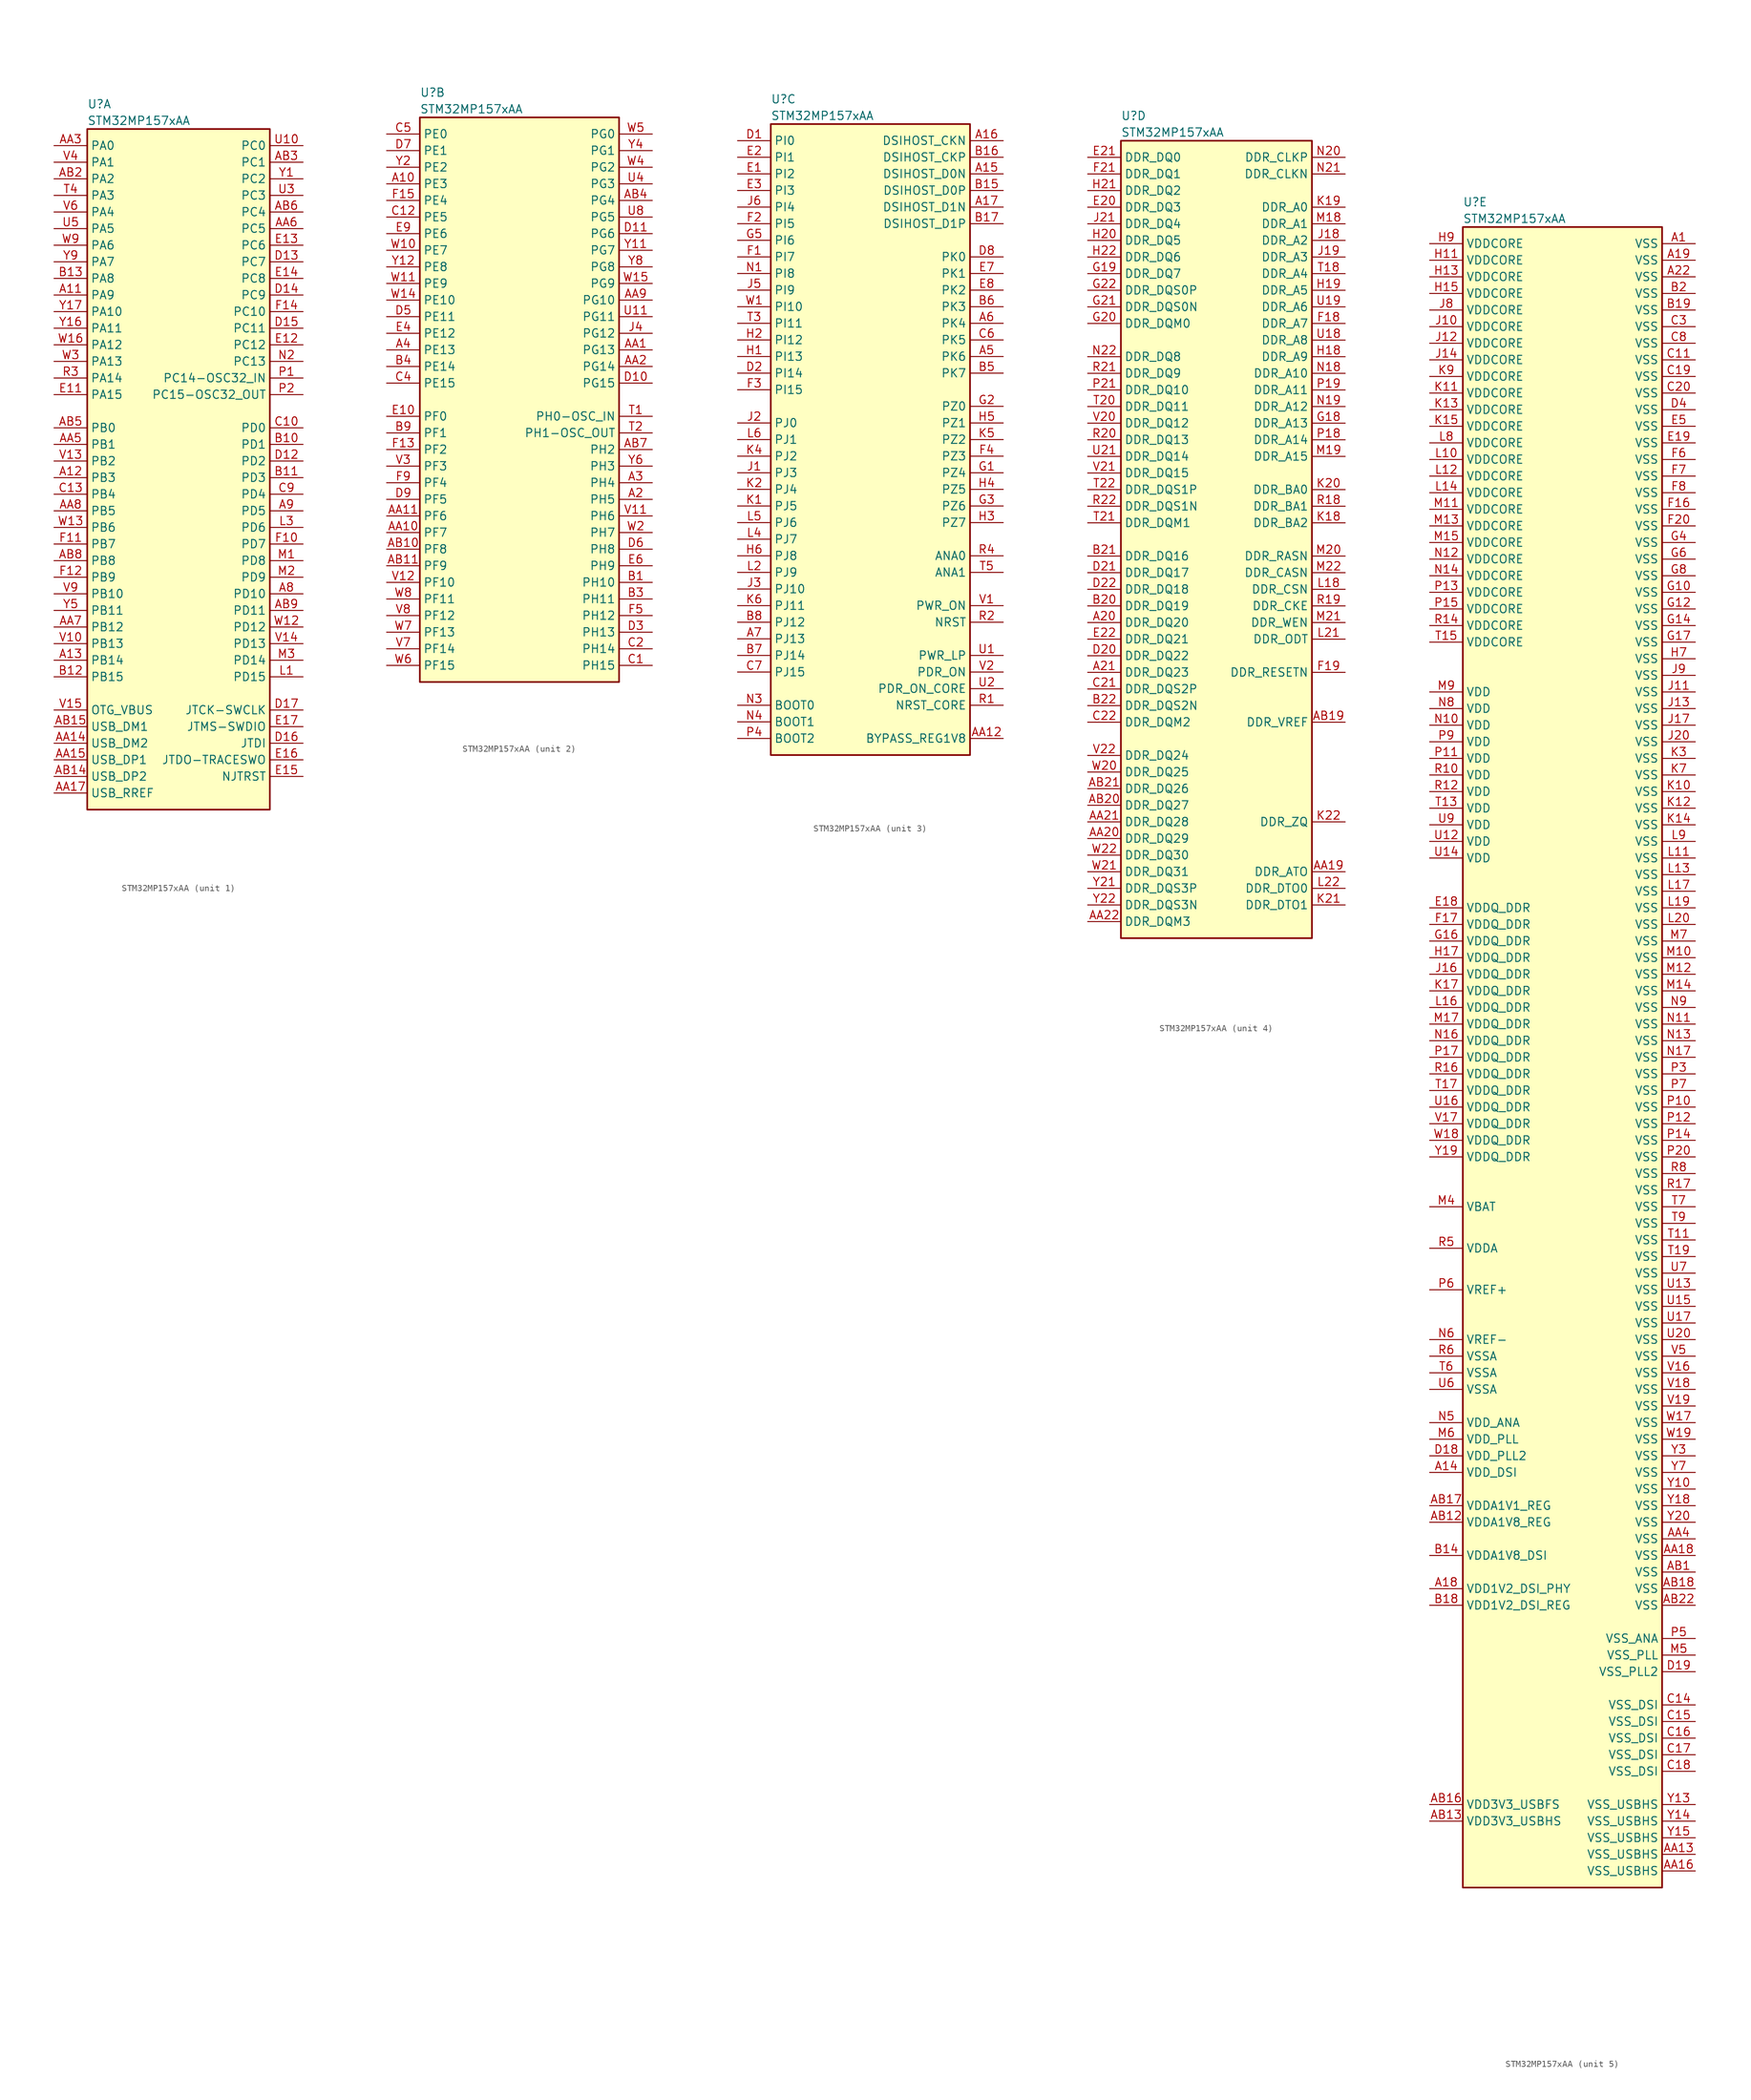
<source format=kicad_sym>
(kicad_symbol_lib
  (version 20211014)
  (generator kicad_symbol_editor)
  (symbol "STM32MP157xAA"
    (property "Reference" "U"
      (at -15.24 46.99 0)
      (effects (font (size 1.27 1.27)) (justify left)))
    (property "Value" "STM32MP157xAA"
      (at -15.24 44.45 0)
      (effects (font (size 1.27 1.27)) (justify left)))
    (property "ki_locked" ""
      (at 0 0 0)
      (effects (font (size 1.27 1.27))))
    (symbol "STM32MP157xAA_1_1"
      (rectangle (start -15.24 43.18) (end 12.7 -60.96) (stroke (width 0.254) (type default) (color 0 0 0 0)) (fill (type background)))
      (pin bidirectional line (at -20.32 17.78 0) (length 5.08) (name "PA9" (effects (font (size 1.27 1.27)))) (number "A11" (effects (font (size 1.27 1.27)))))
      (pin bidirectional line (at -20.32 -10.16 0) (length 5.08) (name "PB3" (effects (font (size 1.27 1.27)))) (number "A12" (effects (font (size 1.27 1.27)))))
      (pin bidirectional line (at -20.32 -38.1 0) (length 5.08) (name "PB14" (effects (font (size 1.27 1.27)))) (number "A13" (effects (font (size 1.27 1.27)))))
      (pin bidirectional line (at 17.78 -27.94 180) (length 5.08) (name "PD10" (effects (font (size 1.27 1.27)))) (number "A8" (effects (font (size 1.27 1.27)))))
      (pin bidirectional line (at 17.78 -15.24 180) (length 5.08) (name "PD5" (effects (font (size 1.27 1.27)))) (number "A9" (effects (font (size 1.27 1.27)))))
      (pin bidirectional line (at -20.32 -50.8 0) (length 5.08) (name "USB_DM2" (effects (font (size 1.27 1.27)))) (number "AA14" (effects (font (size 1.27 1.27)))))
      (pin bidirectional line (at -20.32 -53.34 0) (length 5.08) (name "USB_DP1" (effects (font (size 1.27 1.27)))) (number "AA15" (effects (font (size 1.27 1.27)))))
      (pin bidirectional line (at -20.32 -58.42 0) (length 5.08) (name "USB_RREF" (effects (font (size 1.27 1.27)))) (number "AA17" (effects (font (size 1.27 1.27)))))
      (pin bidirectional line (at -20.32 40.64 0) (length 5.08) (name "PA0" (effects (font (size 1.27 1.27)))) (number "AA3" (effects (font (size 1.27 1.27)))))
      (pin bidirectional line (at -20.32 -5.08 0) (length 5.08) (name "PB1" (effects (font (size 1.27 1.27)))) (number "AA5" (effects (font (size 1.27 1.27)))))
      (pin bidirectional line (at 17.78 27.94 180) (length 5.08) (name "PC5" (effects (font (size 1.27 1.27)))) (number "AA6" (effects (font (size 1.27 1.27)))))
      (pin bidirectional line (at -20.32 -33.02 0) (length 5.08) (name "PB12" (effects (font (size 1.27 1.27)))) (number "AA7" (effects (font (size 1.27 1.27)))))
      (pin bidirectional line (at -20.32 -15.24 0) (length 5.08) (name "PB5" (effects (font (size 1.27 1.27)))) (number "AA8" (effects (font (size 1.27 1.27)))))
      (pin bidirectional line (at -20.32 -55.88 0) (length 5.08) (name "USB_DP2" (effects (font (size 1.27 1.27)))) (number "AB14" (effects (font (size 1.27 1.27)))))
      (pin bidirectional line (at -20.32 -48.26 0) (length 5.08) (name "USB_DM1" (effects (font (size 1.27 1.27)))) (number "AB15" (effects (font (size 1.27 1.27)))))
      (pin bidirectional line (at -20.32 35.56 0) (length 5.08) (name "PA2" (effects (font (size 1.27 1.27)))) (number "AB2" (effects (font (size 1.27 1.27)))))
      (pin bidirectional line (at 17.78 38.1 180) (length 5.08) (name "PC1" (effects (font (size 1.27 1.27)))) (number "AB3" (effects (font (size 1.27 1.27)))))
      (pin bidirectional line (at -20.32 -2.54 0) (length 5.08) (name "PB0" (effects (font (size 1.27 1.27)))) (number "AB5" (effects (font (size 1.27 1.27)))))
      (pin bidirectional line (at 17.78 30.48 180) (length 5.08) (name "PC4" (effects (font (size 1.27 1.27)))) (number "AB6" (effects (font (size 1.27 1.27)))))
      (pin bidirectional line (at -20.32 -22.86 0) (length 5.08) (name "PB8" (effects (font (size 1.27 1.27)))) (number "AB8" (effects (font (size 1.27 1.27)))))
      (pin bidirectional line (at 17.78 -30.48 180) (length 5.08) (name "PD11" (effects (font (size 1.27 1.27)))) (number "AB9" (effects (font (size 1.27 1.27)))))
      (pin bidirectional line (at 17.78 -5.08 180) (length 5.08) (name "PD1" (effects (font (size 1.27 1.27)))) (number "B10" (effects (font (size 1.27 1.27)))))
      (pin bidirectional line (at 17.78 -10.16 180) (length 5.08) (name "PD3" (effects (font (size 1.27 1.27)))) (number "B11" (effects (font (size 1.27 1.27)))))
      (pin bidirectional line (at -20.32 -40.64 0) (length 5.08) (name "PB15" (effects (font (size 1.27 1.27)))) (number "B12" (effects (font (size 1.27 1.27)))))
      (pin bidirectional line (at -20.32 20.32 0) (length 5.08) (name "PA8" (effects (font (size 1.27 1.27)))) (number "B13" (effects (font (size 1.27 1.27)))))
      (pin bidirectional line (at 17.78 -2.54 180) (length 5.08) (name "PD0" (effects (font (size 1.27 1.27)))) (number "C10" (effects (font (size 1.27 1.27)))))
      (pin bidirectional line (at -20.32 -12.7 0) (length 5.08) (name "PB4" (effects (font (size 1.27 1.27)))) (number "C13" (effects (font (size 1.27 1.27)))))
      (pin bidirectional line (at 17.78 -12.7 180) (length 5.08) (name "PD4" (effects (font (size 1.27 1.27)))) (number "C9" (effects (font (size 1.27 1.27)))))
      (pin bidirectional line (at 17.78 -7.62 180) (length 5.08) (name "PD2" (effects (font (size 1.27 1.27)))) (number "D12" (effects (font (size 1.27 1.27)))))
      (pin bidirectional line (at 17.78 22.86 180) (length 5.08) (name "PC7" (effects (font (size 1.27 1.27)))) (number "D13" (effects (font (size 1.27 1.27)))))
      (pin bidirectional line (at 17.78 17.78 180) (length 5.08) (name "PC9" (effects (font (size 1.27 1.27)))) (number "D14" (effects (font (size 1.27 1.27)))))
      (pin bidirectional line (at 17.78 12.7 180) (length 5.08) (name "PC11" (effects (font (size 1.27 1.27)))) (number "D15" (effects (font (size 1.27 1.27)))))
      (pin bidirectional line (at 17.78 -50.8 180) (length 5.08) (name "JTDI" (effects (font (size 1.27 1.27)))) (number "D16" (effects (font (size 1.27 1.27)))))
      (pin bidirectional line (at 17.78 -45.72 180) (length 5.08) (name "JTCK-SWCLK" (effects (font (size 1.27 1.27)))) (number "D17" (effects (font (size 1.27 1.27)))))
      (pin bidirectional line (at -20.32 2.54 0) (length 5.08) (name "PA15" (effects (font (size 1.27 1.27)))) (number "E11" (effects (font (size 1.27 1.27)))))
      (pin bidirectional line (at 17.78 10.16 180) (length 5.08) (name "PC12" (effects (font (size 1.27 1.27)))) (number "E12" (effects (font (size 1.27 1.27)))))
      (pin bidirectional line (at 17.78 25.4 180) (length 5.08) (name "PC6" (effects (font (size 1.27 1.27)))) (number "E13" (effects (font (size 1.27 1.27)))))
      (pin bidirectional line (at 17.78 20.32 180) (length 5.08) (name "PC8" (effects (font (size 1.27 1.27)))) (number "E14" (effects (font (size 1.27 1.27)))))
      (pin bidirectional line (at 17.78 -55.88 180) (length 5.08) (name "NJTRST" (effects (font (size 1.27 1.27)))) (number "E15" (effects (font (size 1.27 1.27)))))
      (pin bidirectional line (at 17.78 -53.34 180) (length 5.08) (name "JTDO-TRACESWO" (effects (font (size 1.27 1.27)))) (number "E16" (effects (font (size 1.27 1.27)))))
      (pin bidirectional line (at 17.78 -48.26 180) (length 5.08) (name "JTMS-SWDIO" (effects (font (size 1.27 1.27)))) (number "E17" (effects (font (size 1.27 1.27)))))
      (pin bidirectional line (at 17.78 -20.32 180) (length 5.08) (name "PD7" (effects (font (size 1.27 1.27)))) (number "F10" (effects (font (size 1.27 1.27)))))
      (pin bidirectional line (at -20.32 -20.32 0) (length 5.08) (name "PB7" (effects (font (size 1.27 1.27)))) (number "F11" (effects (font (size 1.27 1.27)))))
      (pin bidirectional line (at -20.32 -25.4 0) (length 5.08) (name "PB9" (effects (font (size 1.27 1.27)))) (number "F12" (effects (font (size 1.27 1.27)))))
      (pin bidirectional line (at 17.78 15.24 180) (length 5.08) (name "PC10" (effects (font (size 1.27 1.27)))) (number "F14" (effects (font (size 1.27 1.27)))))
      (pin bidirectional line (at 17.78 -40.64 180) (length 5.08) (name "PD15" (effects (font (size 1.27 1.27)))) (number "L1" (effects (font (size 1.27 1.27)))))
      (pin bidirectional line (at 17.78 -17.78 180) (length 5.08) (name "PD6" (effects (font (size 1.27 1.27)))) (number "L3" (effects (font (size 1.27 1.27)))))
      (pin bidirectional line (at 17.78 -22.86 180) (length 5.08) (name "PD8" (effects (font (size 1.27 1.27)))) (number "M1" (effects (font (size 1.27 1.27)))))
      (pin bidirectional line (at 17.78 -25.4 180) (length 5.08) (name "PD9" (effects (font (size 1.27 1.27)))) (number "M2" (effects (font (size 1.27 1.27)))))
      (pin bidirectional line (at 17.78 -38.1 180) (length 5.08) (name "PD14" (effects (font (size 1.27 1.27)))) (number "M3" (effects (font (size 1.27 1.27)))))
      (pin bidirectional line (at 17.78 7.62 180) (length 5.08) (name "PC13" (effects (font (size 1.27 1.27)))) (number "N2" (effects (font (size 1.27 1.27)))))
      (pin bidirectional line (at 17.78 5.08 180) (length 5.08) (name "PC14-OSC32_IN" (effects (font (size 1.27 1.27)))) (number "P1" (effects (font (size 1.27 1.27)))))
      (pin bidirectional line (at 17.78 2.54 180) (length 5.08) (name "PC15-OSC32_OUT" (effects (font (size 1.27 1.27)))) (number "P2" (effects (font (size 1.27 1.27)))))
      (pin bidirectional line (at -20.32 5.08 0) (length 5.08) (name "PA14" (effects (font (size 1.27 1.27)))) (number "R3" (effects (font (size 1.27 1.27)))))
      (pin bidirectional line (at -20.32 33.02 0) (length 5.08) (name "PA3" (effects (font (size 1.27 1.27)))) (number "T4" (effects (font (size 1.27 1.27)))))
      (pin bidirectional line (at 17.78 40.64 180) (length 5.08) (name "PC0" (effects (font (size 1.27 1.27)))) (number "U10" (effects (font (size 1.27 1.27)))))
      (pin bidirectional line (at 17.78 33.02 180) (length 5.08) (name "PC3" (effects (font (size 1.27 1.27)))) (number "U3" (effects (font (size 1.27 1.27)))))
      (pin bidirectional line (at -20.32 27.94 0) (length 5.08) (name "PA5" (effects (font (size 1.27 1.27)))) (number "U5" (effects (font (size 1.27 1.27)))))
      (pin bidirectional line (at -20.32 -35.56 0) (length 5.08) (name "PB13" (effects (font (size 1.27 1.27)))) (number "V10" (effects (font (size 1.27 1.27)))))
      (pin bidirectional line (at -20.32 -7.62 0) (length 5.08) (name "PB2" (effects (font (size 1.27 1.27)))) (number "V13" (effects (font (size 1.27 1.27)))))
      (pin bidirectional line (at 17.78 -35.56 180) (length 5.08) (name "PD13" (effects (font (size 1.27 1.27)))) (number "V14" (effects (font (size 1.27 1.27)))))
      (pin bidirectional line (at -20.32 -45.72 0) (length 5.08) (name "OTG_VBUS" (effects (font (size 1.27 1.27)))) (number "V15" (effects (font (size 1.27 1.27)))))
      (pin bidirectional line (at -20.32 38.1 0) (length 5.08) (name "PA1" (effects (font (size 1.27 1.27)))) (number "V4" (effects (font (size 1.27 1.27)))))
      (pin bidirectional line (at -20.32 30.48 0) (length 5.08) (name "PA4" (effects (font (size 1.27 1.27)))) (number "V6" (effects (font (size 1.27 1.27)))))
      (pin bidirectional line (at -20.32 -27.94 0) (length 5.08) (name "PB10" (effects (font (size 1.27 1.27)))) (number "V9" (effects (font (size 1.27 1.27)))))
      (pin bidirectional line (at 17.78 -33.02 180) (length 5.08) (name "PD12" (effects (font (size 1.27 1.27)))) (number "W12" (effects (font (size 1.27 1.27)))))
      (pin bidirectional line (at -20.32 -17.78 0) (length 5.08) (name "PB6" (effects (font (size 1.27 1.27)))) (number "W13" (effects (font (size 1.27 1.27)))))
      (pin bidirectional line (at -20.32 10.16 0) (length 5.08) (name "PA12" (effects (font (size 1.27 1.27)))) (number "W16" (effects (font (size 1.27 1.27)))))
      (pin bidirectional line (at -20.32 7.62 0) (length 5.08) (name "PA13" (effects (font (size 1.27 1.27)))) (number "W3" (effects (font (size 1.27 1.27)))))
      (pin bidirectional line (at -20.32 25.4 0) (length 5.08) (name "PA6" (effects (font (size 1.27 1.27)))) (number "W9" (effects (font (size 1.27 1.27)))))
      (pin bidirectional line (at 17.78 35.56 180) (length 5.08) (name "PC2" (effects (font (size 1.27 1.27)))) (number "Y1" (effects (font (size 1.27 1.27)))))
      (pin bidirectional line (at -20.32 12.7 0) (length 5.08) (name "PA11" (effects (font (size 1.27 1.27)))) (number "Y16" (effects (font (size 1.27 1.27)))))
      (pin bidirectional line (at -20.32 15.24 0) (length 5.08) (name "PA10" (effects (font (size 1.27 1.27)))) (number "Y17" (effects (font (size 1.27 1.27)))))
      (pin bidirectional line (at -20.32 -30.48 0) (length 5.08) (name "PB11" (effects (font (size 1.27 1.27)))) (number "Y5" (effects (font (size 1.27 1.27)))))
      (pin bidirectional line (at -20.32 22.86 0) (length 5.08) (name "PA7" (effects (font (size 1.27 1.27)))) (number "Y9" (effects (font (size 1.27 1.27))))))
    (symbol "STM32MP157xAA_2_1"
      (rectangle (start -15.24 43.18) (end 15.24 -43.18) (stroke (width 0.254) (type default) (color 0 0 0 0)) (fill (type background)))
      (pin bidirectional line (at -20.32 33.02 0) (length 5.08) (name "PE3" (effects (font (size 1.27 1.27)))) (number "A10" (effects (font (size 1.27 1.27)))))
      (pin bidirectional line (at 20.32 -15.24 180) (length 5.08) (name "PH5" (effects (font (size 1.27 1.27)))) (number "A2" (effects (font (size 1.27 1.27)))))
      (pin bidirectional line (at 20.32 -12.7 180) (length 5.08) (name "PH4" (effects (font (size 1.27 1.27)))) (number "A3" (effects (font (size 1.27 1.27)))))
      (pin bidirectional line (at -20.32 7.62 0) (length 5.08) (name "PE13" (effects (font (size 1.27 1.27)))) (number "A4" (effects (font (size 1.27 1.27)))))
      (pin bidirectional line (at 20.32 7.62 180) (length 5.08) (name "PG13" (effects (font (size 1.27 1.27)))) (number "AA1" (effects (font (size 1.27 1.27)))))
      (pin bidirectional line (at -20.32 -20.32 0) (length 5.08) (name "PF7" (effects (font (size 1.27 1.27)))) (number "AA10" (effects (font (size 1.27 1.27)))))
      (pin bidirectional line (at -20.32 -17.78 0) (length 5.08) (name "PF6" (effects (font (size 1.27 1.27)))) (number "AA11" (effects (font (size 1.27 1.27)))))
      (pin bidirectional line (at 20.32 5.08 180) (length 5.08) (name "PG14" (effects (font (size 1.27 1.27)))) (number "AA2" (effects (font (size 1.27 1.27)))))
      (pin bidirectional line (at 20.32 15.24 180) (length 5.08) (name "PG10" (effects (font (size 1.27 1.27)))) (number "AA9" (effects (font (size 1.27 1.27)))))
      (pin bidirectional line (at -20.32 -22.86 0) (length 5.08) (name "PF8" (effects (font (size 1.27 1.27)))) (number "AB10" (effects (font (size 1.27 1.27)))))
      (pin bidirectional line (at -20.32 -25.4 0) (length 5.08) (name "PF9" (effects (font (size 1.27 1.27)))) (number "AB11" (effects (font (size 1.27 1.27)))))
      (pin bidirectional line (at 20.32 30.48 180) (length 5.08) (name "PG4" (effects (font (size 1.27 1.27)))) (number "AB4" (effects (font (size 1.27 1.27)))))
      (pin bidirectional line (at 20.32 -7.62 180) (length 5.08) (name "PH2" (effects (font (size 1.27 1.27)))) (number "AB7" (effects (font (size 1.27 1.27)))))
      (pin bidirectional line (at 20.32 -27.94 180) (length 5.08) (name "PH10" (effects (font (size 1.27 1.27)))) (number "B1" (effects (font (size 1.27 1.27)))))
      (pin bidirectional line (at 20.32 -30.48 180) (length 5.08) (name "PH11" (effects (font (size 1.27 1.27)))) (number "B3" (effects (font (size 1.27 1.27)))))
      (pin bidirectional line (at -20.32 5.08 0) (length 5.08) (name "PE14" (effects (font (size 1.27 1.27)))) (number "B4" (effects (font (size 1.27 1.27)))))
      (pin bidirectional line (at -20.32 -5.08 0) (length 5.08) (name "PF1" (effects (font (size 1.27 1.27)))) (number "B9" (effects (font (size 1.27 1.27)))))
      (pin bidirectional line (at 20.32 -40.64 180) (length 5.08) (name "PH15" (effects (font (size 1.27 1.27)))) (number "C1" (effects (font (size 1.27 1.27)))))
      (pin bidirectional line (at -20.32 27.94 0) (length 5.08) (name "PE5" (effects (font (size 1.27 1.27)))) (number "C12" (effects (font (size 1.27 1.27)))))
      (pin bidirectional line (at 20.32 -38.1 180) (length 5.08) (name "PH14" (effects (font (size 1.27 1.27)))) (number "C2" (effects (font (size 1.27 1.27)))))
      (pin bidirectional line (at -20.32 2.54 0) (length 5.08) (name "PE15" (effects (font (size 1.27 1.27)))) (number "C4" (effects (font (size 1.27 1.27)))))
      (pin bidirectional line (at -20.32 40.64 0) (length 5.08) (name "PE0" (effects (font (size 1.27 1.27)))) (number "C5" (effects (font (size 1.27 1.27)))))
      (pin bidirectional line (at 20.32 2.54 180) (length 5.08) (name "PG15" (effects (font (size 1.27 1.27)))) (number "D10" (effects (font (size 1.27 1.27)))))
      (pin bidirectional line (at 20.32 25.4 180) (length 5.08) (name "PG6" (effects (font (size 1.27 1.27)))) (number "D11" (effects (font (size 1.27 1.27)))))
      (pin bidirectional line (at 20.32 -35.56 180) (length 5.08) (name "PH13" (effects (font (size 1.27 1.27)))) (number "D3" (effects (font (size 1.27 1.27)))))
      (pin bidirectional line (at -20.32 12.7 0) (length 5.08) (name "PE11" (effects (font (size 1.27 1.27)))) (number "D5" (effects (font (size 1.27 1.27)))))
      (pin bidirectional line (at 20.32 -22.86 180) (length 5.08) (name "PH8" (effects (font (size 1.27 1.27)))) (number "D6" (effects (font (size 1.27 1.27)))))
      (pin bidirectional line (at -20.32 38.1 0) (length 5.08) (name "PE1" (effects (font (size 1.27 1.27)))) (number "D7" (effects (font (size 1.27 1.27)))))
      (pin bidirectional line (at -20.32 -15.24 0) (length 5.08) (name "PF5" (effects (font (size 1.27 1.27)))) (number "D9" (effects (font (size 1.27 1.27)))))
      (pin bidirectional line (at -20.32 -2.54 0) (length 5.08) (name "PF0" (effects (font (size 1.27 1.27)))) (number "E10" (effects (font (size 1.27 1.27)))))
      (pin bidirectional line (at -20.32 10.16 0) (length 5.08) (name "PE12" (effects (font (size 1.27 1.27)))) (number "E4" (effects (font (size 1.27 1.27)))))
      (pin bidirectional line (at 20.32 -25.4 180) (length 5.08) (name "PH9" (effects (font (size 1.27 1.27)))) (number "E6" (effects (font (size 1.27 1.27)))))
      (pin bidirectional line (at -20.32 25.4 0) (length 5.08) (name "PE6" (effects (font (size 1.27 1.27)))) (number "E9" (effects (font (size 1.27 1.27)))))
      (pin bidirectional line (at -20.32 -7.62 0) (length 5.08) (name "PF2" (effects (font (size 1.27 1.27)))) (number "F13" (effects (font (size 1.27 1.27)))))
      (pin bidirectional line (at -20.32 30.48 0) (length 5.08) (name "PE4" (effects (font (size 1.27 1.27)))) (number "F15" (effects (font (size 1.27 1.27)))))
      (pin bidirectional line (at 20.32 -33.02 180) (length 5.08) (name "PH12" (effects (font (size 1.27 1.27)))) (number "F5" (effects (font (size 1.27 1.27)))))
      (pin bidirectional line (at -20.32 -12.7 0) (length 5.08) (name "PF4" (effects (font (size 1.27 1.27)))) (number "F9" (effects (font (size 1.27 1.27)))))
      (pin bidirectional line (at 20.32 10.16 180) (length 5.08) (name "PG12" (effects (font (size 1.27 1.27)))) (number "J4" (effects (font (size 1.27 1.27)))))
      (pin bidirectional line (at 20.32 -2.54 180) (length 5.08) (name "PH0-OSC_IN" (effects (font (size 1.27 1.27)))) (number "T1" (effects (font (size 1.27 1.27)))))
      (pin bidirectional line (at 20.32 -5.08 180) (length 5.08) (name "PH1-OSC_OUT" (effects (font (size 1.27 1.27)))) (number "T2" (effects (font (size 1.27 1.27)))))
      (pin bidirectional line (at 20.32 12.7 180) (length 5.08) (name "PG11" (effects (font (size 1.27 1.27)))) (number "U11" (effects (font (size 1.27 1.27)))))
      (pin bidirectional line (at 20.32 33.02 180) (length 5.08) (name "PG3" (effects (font (size 1.27 1.27)))) (number "U4" (effects (font (size 1.27 1.27)))))
      (pin bidirectional line (at 20.32 27.94 180) (length 5.08) (name "PG5" (effects (font (size 1.27 1.27)))) (number "U8" (effects (font (size 1.27 1.27)))))
      (pin bidirectional line (at 20.32 -17.78 180) (length 5.08) (name "PH6" (effects (font (size 1.27 1.27)))) (number "V11" (effects (font (size 1.27 1.27)))))
      (pin bidirectional line (at -20.32 -27.94 0) (length 5.08) (name "PF10" (effects (font (size 1.27 1.27)))) (number "V12" (effects (font (size 1.27 1.27)))))
      (pin bidirectional line (at -20.32 -10.16 0) (length 5.08) (name "PF3" (effects (font (size 1.27 1.27)))) (number "V3" (effects (font (size 1.27 1.27)))))
      (pin bidirectional line (at -20.32 -38.1 0) (length 5.08) (name "PF14" (effects (font (size 1.27 1.27)))) (number "V7" (effects (font (size 1.27 1.27)))))
      (pin bidirectional line (at -20.32 -33.02 0) (length 5.08) (name "PF12" (effects (font (size 1.27 1.27)))) (number "V8" (effects (font (size 1.27 1.27)))))
      (pin bidirectional line (at -20.32 22.86 0) (length 5.08) (name "PE7" (effects (font (size 1.27 1.27)))) (number "W10" (effects (font (size 1.27 1.27)))))
      (pin bidirectional line (at -20.32 17.78 0) (length 5.08) (name "PE9" (effects (font (size 1.27 1.27)))) (number "W11" (effects (font (size 1.27 1.27)))))
      (pin bidirectional line (at -20.32 15.24 0) (length 5.08) (name "PE10" (effects (font (size 1.27 1.27)))) (number "W14" (effects (font (size 1.27 1.27)))))
      (pin bidirectional line (at 20.32 17.78 180) (length 5.08) (name "PG9" (effects (font (size 1.27 1.27)))) (number "W15" (effects (font (size 1.27 1.27)))))
      (pin bidirectional line (at 20.32 -20.32 180) (length 5.08) (name "PH7" (effects (font (size 1.27 1.27)))) (number "W2" (effects (font (size 1.27 1.27)))))
      (pin bidirectional line (at 20.32 35.56 180) (length 5.08) (name "PG2" (effects (font (size 1.27 1.27)))) (number "W4" (effects (font (size 1.27 1.27)))))
      (pin bidirectional line (at 20.32 40.64 180) (length 5.08) (name "PG0" (effects (font (size 1.27 1.27)))) (number "W5" (effects (font (size 1.27 1.27)))))
      (pin bidirectional line (at -20.32 -40.64 0) (length 5.08) (name "PF15" (effects (font (size 1.27 1.27)))) (number "W6" (effects (font (size 1.27 1.27)))))
      (pin bidirectional line (at -20.32 -35.56 0) (length 5.08) (name "PF13" (effects (font (size 1.27 1.27)))) (number "W7" (effects (font (size 1.27 1.27)))))
      (pin bidirectional line (at -20.32 -30.48 0) (length 5.08) (name "PF11" (effects (font (size 1.27 1.27)))) (number "W8" (effects (font (size 1.27 1.27)))))
      (pin bidirectional line (at 20.32 22.86 180) (length 5.08) (name "PG7" (effects (font (size 1.27 1.27)))) (number "Y11" (effects (font (size 1.27 1.27)))))
      (pin bidirectional line (at -20.32 20.32 0) (length 5.08) (name "PE8" (effects (font (size 1.27 1.27)))) (number "Y12" (effects (font (size 1.27 1.27)))))
      (pin bidirectional line (at -20.32 35.56 0) (length 5.08) (name "PE2" (effects (font (size 1.27 1.27)))) (number "Y2" (effects (font (size 1.27 1.27)))))
      (pin bidirectional line (at 20.32 38.1 180) (length 5.08) (name "PG1" (effects (font (size 1.27 1.27)))) (number "Y4" (effects (font (size 1.27 1.27)))))
      (pin bidirectional line (at 20.32 -10.16 180) (length 5.08) (name "PH3" (effects (font (size 1.27 1.27)))) (number "Y6" (effects (font (size 1.27 1.27)))))
      (pin bidirectional line (at 20.32 20.32 180) (length 5.08) (name "PG8" (effects (font (size 1.27 1.27)))) (number "Y8" (effects (font (size 1.27 1.27))))))
    (symbol "STM32MP157xAA_3_1"
      (rectangle (start -15.24 43.18) (end 15.24 -53.34) (stroke (width 0.254) (type default) (color 0 0 0 0)) (fill (type background)))
      (pin bidirectional line (at 20.32 35.56 180) (length 5.08) (name "DSIHOST_D0N" (effects (font (size 1.27 1.27)))) (number "A15" (effects (font (size 1.27 1.27)))))
      (pin bidirectional line (at 20.32 40.64 180) (length 5.08) (name "DSIHOST_CKN" (effects (font (size 1.27 1.27)))) (number "A16" (effects (font (size 1.27 1.27)))))
      (pin bidirectional line (at 20.32 30.48 180) (length 5.08) (name "DSIHOST_D1N" (effects (font (size 1.27 1.27)))) (number "A17" (effects (font (size 1.27 1.27)))))
      (pin bidirectional line (at 20.32 7.62 180) (length 5.08) (name "PK6" (effects (font (size 1.27 1.27)))) (number "A5" (effects (font (size 1.27 1.27)))))
      (pin bidirectional line (at 20.32 12.7 180) (length 5.08) (name "PK4" (effects (font (size 1.27 1.27)))) (number "A6" (effects (font (size 1.27 1.27)))))
      (pin bidirectional line (at -20.32 -35.56 0) (length 5.08) (name "PJ13" (effects (font (size 1.27 1.27)))) (number "A7" (effects (font (size 1.27 1.27)))))
      (pin bidirectional line (at 20.32 -50.8 180) (length 5.08) (name "BYPASS_REG1V8" (effects (font (size 1.27 1.27)))) (number "AA12" (effects (font (size 1.27 1.27)))))
      (pin bidirectional line (at 20.32 33.02 180) (length 5.08) (name "DSIHOST_D0P" (effects (font (size 1.27 1.27)))) (number "B15" (effects (font (size 1.27 1.27)))))
      (pin bidirectional line (at 20.32 38.1 180) (length 5.08) (name "DSIHOST_CKP" (effects (font (size 1.27 1.27)))) (number "B16" (effects (font (size 1.27 1.27)))))
      (pin bidirectional line (at 20.32 27.94 180) (length 5.08) (name "DSIHOST_D1P" (effects (font (size 1.27 1.27)))) (number "B17" (effects (font (size 1.27 1.27)))))
      (pin bidirectional line (at 20.32 5.08 180) (length 5.08) (name "PK7" (effects (font (size 1.27 1.27)))) (number "B5" (effects (font (size 1.27 1.27)))))
      (pin bidirectional line (at 20.32 15.24 180) (length 5.08) (name "PK3" (effects (font (size 1.27 1.27)))) (number "B6" (effects (font (size 1.27 1.27)))))
      (pin bidirectional line (at -20.32 -38.1 0) (length 5.08) (name "PJ14" (effects (font (size 1.27 1.27)))) (number "B7" (effects (font (size 1.27 1.27)))))
      (pin bidirectional line (at -20.32 -33.02 0) (length 5.08) (name "PJ12" (effects (font (size 1.27 1.27)))) (number "B8" (effects (font (size 1.27 1.27)))))
      (pin bidirectional line (at 20.32 10.16 180) (length 5.08) (name "PK5" (effects (font (size 1.27 1.27)))) (number "C6" (effects (font (size 1.27 1.27)))))
      (pin bidirectional line (at -20.32 -40.64 0) (length 5.08) (name "PJ15" (effects (font (size 1.27 1.27)))) (number "C7" (effects (font (size 1.27 1.27)))))
      (pin bidirectional line (at -20.32 40.64 0) (length 5.08) (name "PI0" (effects (font (size 1.27 1.27)))) (number "D1" (effects (font (size 1.27 1.27)))))
      (pin bidirectional line (at -20.32 5.08 0) (length 5.08) (name "PI14" (effects (font (size 1.27 1.27)))) (number "D2" (effects (font (size 1.27 1.27)))))
      (pin bidirectional line (at 20.32 22.86 180) (length 5.08) (name "PK0" (effects (font (size 1.27 1.27)))) (number "D8" (effects (font (size 1.27 1.27)))))
      (pin bidirectional line (at -20.32 35.56 0) (length 5.08) (name "PI2" (effects (font (size 1.27 1.27)))) (number "E1" (effects (font (size 1.27 1.27)))))
      (pin bidirectional line (at -20.32 38.1 0) (length 5.08) (name "PI1" (effects (font (size 1.27 1.27)))) (number "E2" (effects (font (size 1.27 1.27)))))
      (pin bidirectional line (at -20.32 33.02 0) (length 5.08) (name "PI3" (effects (font (size 1.27 1.27)))) (number "E3" (effects (font (size 1.27 1.27)))))
      (pin bidirectional line (at 20.32 20.32 180) (length 5.08) (name "PK1" (effects (font (size 1.27 1.27)))) (number "E7" (effects (font (size 1.27 1.27)))))
      (pin bidirectional line (at 20.32 17.78 180) (length 5.08) (name "PK2" (effects (font (size 1.27 1.27)))) (number "E8" (effects (font (size 1.27 1.27)))))
      (pin bidirectional line (at -20.32 22.86 0) (length 5.08) (name "PI7" (effects (font (size 1.27 1.27)))) (number "F1" (effects (font (size 1.27 1.27)))))
      (pin bidirectional line (at -20.32 27.94 0) (length 5.08) (name "PI5" (effects (font (size 1.27 1.27)))) (number "F2" (effects (font (size 1.27 1.27)))))
      (pin bidirectional line (at -20.32 2.54 0) (length 5.08) (name "PI15" (effects (font (size 1.27 1.27)))) (number "F3" (effects (font (size 1.27 1.27)))))
      (pin bidirectional line (at 20.32 -7.62 180) (length 5.08) (name "PZ3" (effects (font (size 1.27 1.27)))) (number "F4" (effects (font (size 1.27 1.27)))))
      (pin bidirectional line (at 20.32 -10.16 180) (length 5.08) (name "PZ4" (effects (font (size 1.27 1.27)))) (number "G1" (effects (font (size 1.27 1.27)))))
      (pin bidirectional line (at 20.32 0 180) (length 5.08) (name "PZ0" (effects (font (size 1.27 1.27)))) (number "G2" (effects (font (size 1.27 1.27)))))
      (pin bidirectional line (at 20.32 -15.24 180) (length 5.08) (name "PZ6" (effects (font (size 1.27 1.27)))) (number "G3" (effects (font (size 1.27 1.27)))))
      (pin bidirectional line (at -20.32 25.4 0) (length 5.08) (name "PI6" (effects (font (size 1.27 1.27)))) (number "G5" (effects (font (size 1.27 1.27)))))
      (pin bidirectional line (at -20.32 7.62 0) (length 5.08) (name "PI13" (effects (font (size 1.27 1.27)))) (number "H1" (effects (font (size 1.27 1.27)))))
      (pin bidirectional line (at -20.32 10.16 0) (length 5.08) (name "PI12" (effects (font (size 1.27 1.27)))) (number "H2" (effects (font (size 1.27 1.27)))))
      (pin bidirectional line (at 20.32 -17.78 180) (length 5.08) (name "PZ7" (effects (font (size 1.27 1.27)))) (number "H3" (effects (font (size 1.27 1.27)))))
      (pin bidirectional line (at 20.32 -12.7 180) (length 5.08) (name "PZ5" (effects (font (size 1.27 1.27)))) (number "H4" (effects (font (size 1.27 1.27)))))
      (pin bidirectional line (at 20.32 -2.54 180) (length 5.08) (name "PZ1" (effects (font (size 1.27 1.27)))) (number "H5" (effects (font (size 1.27 1.27)))))
      (pin bidirectional line (at -20.32 -22.86 0) (length 5.08) (name "PJ8" (effects (font (size 1.27 1.27)))) (number "H6" (effects (font (size 1.27 1.27)))))
      (pin bidirectional line (at -20.32 -10.16 0) (length 5.08) (name "PJ3" (effects (font (size 1.27 1.27)))) (number "J1" (effects (font (size 1.27 1.27)))))
      (pin bidirectional line (at -20.32 -2.54 0) (length 5.08) (name "PJ0" (effects (font (size 1.27 1.27)))) (number "J2" (effects (font (size 1.27 1.27)))))
      (pin bidirectional line (at -20.32 -27.94 0) (length 5.08) (name "PJ10" (effects (font (size 1.27 1.27)))) (number "J3" (effects (font (size 1.27 1.27)))))
      (pin bidirectional line (at -20.32 17.78 0) (length 5.08) (name "PI9" (effects (font (size 1.27 1.27)))) (number "J5" (effects (font (size 1.27 1.27)))))
      (pin bidirectional line (at -20.32 30.48 0) (length 5.08) (name "PI4" (effects (font (size 1.27 1.27)))) (number "J6" (effects (font (size 1.27 1.27)))))
      (pin bidirectional line (at -20.32 -15.24 0) (length 5.08) (name "PJ5" (effects (font (size 1.27 1.27)))) (number "K1" (effects (font (size 1.27 1.27)))))
      (pin bidirectional line (at -20.32 -12.7 0) (length 5.08) (name "PJ4" (effects (font (size 1.27 1.27)))) (number "K2" (effects (font (size 1.27 1.27)))))
      (pin bidirectional line (at -20.32 -7.62 0) (length 5.08) (name "PJ2" (effects (font (size 1.27 1.27)))) (number "K4" (effects (font (size 1.27 1.27)))))
      (pin bidirectional line (at 20.32 -5.08 180) (length 5.08) (name "PZ2" (effects (font (size 1.27 1.27)))) (number "K5" (effects (font (size 1.27 1.27)))))
      (pin bidirectional line (at -20.32 -30.48 0) (length 5.08) (name "PJ11" (effects (font (size 1.27 1.27)))) (number "K6" (effects (font (size 1.27 1.27)))))
      (pin bidirectional line (at -20.32 -25.4 0) (length 5.08) (name "PJ9" (effects (font (size 1.27 1.27)))) (number "L2" (effects (font (size 1.27 1.27)))))
      (pin bidirectional line (at -20.32 -20.32 0) (length 5.08) (name "PJ7" (effects (font (size 1.27 1.27)))) (number "L4" (effects (font (size 1.27 1.27)))))
      (pin bidirectional line (at -20.32 -17.78 0) (length 5.08) (name "PJ6" (effects (font (size 1.27 1.27)))) (number "L5" (effects (font (size 1.27 1.27)))))
      (pin bidirectional line (at -20.32 -5.08 0) (length 5.08) (name "PJ1" (effects (font (size 1.27 1.27)))) (number "L6" (effects (font (size 1.27 1.27)))))
      (pin bidirectional line (at -20.32 20.32 0) (length 5.08) (name "PI8" (effects (font (size 1.27 1.27)))) (number "N1" (effects (font (size 1.27 1.27)))))
      (pin input line (at -20.32 -45.72 0) (length 5.08) (name "BOOT0" (effects (font (size 1.27 1.27)))) (number "N3" (effects (font (size 1.27 1.27)))))
      (pin input line (at -20.32 -48.26 0) (length 5.08) (name "BOOT1" (effects (font (size 1.27 1.27)))) (number "N4" (effects (font (size 1.27 1.27)))))
      (pin input line (at -20.32 -50.8 0) (length 5.08) (name "BOOT2" (effects (font (size 1.27 1.27)))) (number "P4" (effects (font (size 1.27 1.27)))))
      (pin input line (at 20.32 -45.72 180) (length 5.08) (name "NRST_CORE" (effects (font (size 1.27 1.27)))) (number "R1" (effects (font (size 1.27 1.27)))))
      (pin input line (at 20.32 -33.02 180) (length 5.08) (name "NRST" (effects (font (size 1.27 1.27)))) (number "R2" (effects (font (size 1.27 1.27)))))
      (pin bidirectional line (at 20.32 -22.86 180) (length 5.08) (name "ANA0" (effects (font (size 1.27 1.27)))) (number "R4" (effects (font (size 1.27 1.27)))))
      (pin bidirectional line (at -20.32 12.7 0) (length 5.08) (name "PI11" (effects (font (size 1.27 1.27)))) (number "T3" (effects (font (size 1.27 1.27)))))
      (pin bidirectional line (at 20.32 -25.4 180) (length 5.08) (name "ANA1" (effects (font (size 1.27 1.27)))) (number "T5" (effects (font (size 1.27 1.27)))))
      (pin power_in line (at 20.32 -38.1 180) (length 5.08) (name "PWR_LP" (effects (font (size 1.27 1.27)))) (number "U1" (effects (font (size 1.27 1.27)))))
      (pin bidirectional line (at 20.32 -43.18 180) (length 5.08) (name "PDR_ON_CORE" (effects (font (size 1.27 1.27)))) (number "U2" (effects (font (size 1.27 1.27)))))
      (pin power_in line (at 20.32 -30.48 180) (length 5.08) (name "PWR_ON" (effects (font (size 1.27 1.27)))) (number "V1" (effects (font (size 1.27 1.27)))))
      (pin bidirectional line (at 20.32 -40.64 180) (length 5.08) (name "PDR_ON" (effects (font (size 1.27 1.27)))) (number "V2" (effects (font (size 1.27 1.27)))))
      (pin bidirectional line (at -20.32 15.24 0) (length 5.08) (name "PI10" (effects (font (size 1.27 1.27)))) (number "W1" (effects (font (size 1.27 1.27))))))
    (symbol "STM32MP157xAA_4_1"
      (rectangle (start -15.24 43.18) (end 13.97 -78.74) (stroke (width 0.254) (type default) (color 0 0 0 0)) (fill (type background)))
      (pin bidirectional line (at -20.32 -30.48 0) (length 5.08) (name "DDR_DQ20" (effects (font (size 1.27 1.27)))) (number "A20" (effects (font (size 1.27 1.27)))))
      (pin bidirectional line (at -20.32 -38.1 0) (length 5.08) (name "DDR_DQ23" (effects (font (size 1.27 1.27)))) (number "A21" (effects (font (size 1.27 1.27)))))
      (pin bidirectional line (at 19.05 -68.58 180) (length 5.08) (name "DDR_ATO" (effects (font (size 1.27 1.27)))) (number "AA19" (effects (font (size 1.27 1.27)))))
      (pin bidirectional line (at -20.32 -63.5 0) (length 5.08) (name "DDR_DQ29" (effects (font (size 1.27 1.27)))) (number "AA20" (effects (font (size 1.27 1.27)))))
      (pin bidirectional line (at -20.32 -60.96 0) (length 5.08) (name "DDR_DQ28" (effects (font (size 1.27 1.27)))) (number "AA21" (effects (font (size 1.27 1.27)))))
      (pin bidirectional line (at -20.32 -76.2 0) (length 5.08) (name "DDR_DQM3" (effects (font (size 1.27 1.27)))) (number "AA22" (effects (font (size 1.27 1.27)))))
      (pin bidirectional line (at 19.05 -45.72 180) (length 5.08) (name "DDR_VREF" (effects (font (size 1.27 1.27)))) (number "AB19" (effects (font (size 1.27 1.27)))))
      (pin bidirectional line (at -20.32 -58.42 0) (length 5.08) (name "DDR_DQ27" (effects (font (size 1.27 1.27)))) (number "AB20" (effects (font (size 1.27 1.27)))))
      (pin bidirectional line (at -20.32 -55.88 0) (length 5.08) (name "DDR_DQ26" (effects (font (size 1.27 1.27)))) (number "AB21" (effects (font (size 1.27 1.27)))))
      (pin bidirectional line (at -20.32 -27.94 0) (length 5.08) (name "DDR_DQ19" (effects (font (size 1.27 1.27)))) (number "B20" (effects (font (size 1.27 1.27)))))
      (pin bidirectional line (at -20.32 -20.32 0) (length 5.08) (name "DDR_DQ16" (effects (font (size 1.27 1.27)))) (number "B21" (effects (font (size 1.27 1.27)))))
      (pin bidirectional line (at -20.32 -43.18 0) (length 5.08) (name "DDR_DQS2N" (effects (font (size 1.27 1.27)))) (number "B22" (effects (font (size 1.27 1.27)))))
      (pin bidirectional line (at -20.32 -40.64 0) (length 5.08) (name "DDR_DQS2P" (effects (font (size 1.27 1.27)))) (number "C21" (effects (font (size 1.27 1.27)))))
      (pin bidirectional line (at -20.32 -45.72 0) (length 5.08) (name "DDR_DQM2" (effects (font (size 1.27 1.27)))) (number "C22" (effects (font (size 1.27 1.27)))))
      (pin bidirectional line (at -20.32 -35.56 0) (length 5.08) (name "DDR_DQ22" (effects (font (size 1.27 1.27)))) (number "D20" (effects (font (size 1.27 1.27)))))
      (pin bidirectional line (at -20.32 -22.86 0) (length 5.08) (name "DDR_DQ17" (effects (font (size 1.27 1.27)))) (number "D21" (effects (font (size 1.27 1.27)))))
      (pin bidirectional line (at -20.32 -25.4 0) (length 5.08) (name "DDR_DQ18" (effects (font (size 1.27 1.27)))) (number "D22" (effects (font (size 1.27 1.27)))))
      (pin bidirectional line (at -20.32 33.02 0) (length 5.08) (name "DDR_DQ3" (effects (font (size 1.27 1.27)))) (number "E20" (effects (font (size 1.27 1.27)))))
      (pin bidirectional line (at -20.32 40.64 0) (length 5.08) (name "DDR_DQ0" (effects (font (size 1.27 1.27)))) (number "E21" (effects (font (size 1.27 1.27)))))
      (pin bidirectional line (at -20.32 -33.02 0) (length 5.08) (name "DDR_DQ21" (effects (font (size 1.27 1.27)))) (number "E22" (effects (font (size 1.27 1.27)))))
      (pin bidirectional line (at 19.05 15.24 180) (length 5.08) (name "DDR_A7" (effects (font (size 1.27 1.27)))) (number "F18" (effects (font (size 1.27 1.27)))))
      (pin bidirectional line (at 19.05 -38.1 180) (length 5.08) (name "DDR_RESETN" (effects (font (size 1.27 1.27)))) (number "F19" (effects (font (size 1.27 1.27)))))
      (pin bidirectional line (at -20.32 38.1 0) (length 5.08) (name "DDR_DQ1" (effects (font (size 1.27 1.27)))) (number "F21" (effects (font (size 1.27 1.27)))))
      (pin bidirectional line (at 19.05 0 180) (length 5.08) (name "DDR_A13" (effects (font (size 1.27 1.27)))) (number "G18" (effects (font (size 1.27 1.27)))))
      (pin bidirectional line (at -20.32 22.86 0) (length 5.08) (name "DDR_DQ7" (effects (font (size 1.27 1.27)))) (number "G19" (effects (font (size 1.27 1.27)))))
      (pin bidirectional line (at -20.32 15.24 0) (length 5.08) (name "DDR_DQM0" (effects (font (size 1.27 1.27)))) (number "G20" (effects (font (size 1.27 1.27)))))
      (pin bidirectional line (at -20.32 17.78 0) (length 5.08) (name "DDR_DQS0N" (effects (font (size 1.27 1.27)))) (number "G21" (effects (font (size 1.27 1.27)))))
      (pin bidirectional line (at -20.32 20.32 0) (length 5.08) (name "DDR_DQS0P" (effects (font (size 1.27 1.27)))) (number "G22" (effects (font (size 1.27 1.27)))))
      (pin bidirectional line (at 19.05 10.16 180) (length 5.08) (name "DDR_A9" (effects (font (size 1.27 1.27)))) (number "H18" (effects (font (size 1.27 1.27)))))
      (pin bidirectional line (at 19.05 20.32 180) (length 5.08) (name "DDR_A5" (effects (font (size 1.27 1.27)))) (number "H19" (effects (font (size 1.27 1.27)))))
      (pin bidirectional line (at -20.32 27.94 0) (length 5.08) (name "DDR_DQ5" (effects (font (size 1.27 1.27)))) (number "H20" (effects (font (size 1.27 1.27)))))
      (pin bidirectional line (at -20.32 35.56 0) (length 5.08) (name "DDR_DQ2" (effects (font (size 1.27 1.27)))) (number "H21" (effects (font (size 1.27 1.27)))))
      (pin bidirectional line (at -20.32 25.4 0) (length 5.08) (name "DDR_DQ6" (effects (font (size 1.27 1.27)))) (number "H22" (effects (font (size 1.27 1.27)))))
      (pin bidirectional line (at 19.05 27.94 180) (length 5.08) (name "DDR_A2" (effects (font (size 1.27 1.27)))) (number "J18" (effects (font (size 1.27 1.27)))))
      (pin bidirectional line (at 19.05 25.4 180) (length 5.08) (name "DDR_A3" (effects (font (size 1.27 1.27)))) (number "J19" (effects (font (size 1.27 1.27)))))
      (pin bidirectional line (at -20.32 30.48 0) (length 5.08) (name "DDR_DQ4" (effects (font (size 1.27 1.27)))) (number "J21" (effects (font (size 1.27 1.27)))))
      (pin bidirectional line (at 19.05 -15.24 180) (length 5.08) (name "DDR_BA2" (effects (font (size 1.27 1.27)))) (number "K18" (effects (font (size 1.27 1.27)))))
      (pin bidirectional line (at 19.05 33.02 180) (length 5.08) (name "DDR_A0" (effects (font (size 1.27 1.27)))) (number "K19" (effects (font (size 1.27 1.27)))))
      (pin bidirectional line (at 19.05 -10.16 180) (length 5.08) (name "DDR_BA0" (effects (font (size 1.27 1.27)))) (number "K20" (effects (font (size 1.27 1.27)))))
      (pin bidirectional line (at 19.05 -73.66 180) (length 5.08) (name "DDR_DTO1" (effects (font (size 1.27 1.27)))) (number "K21" (effects (font (size 1.27 1.27)))))
      (pin bidirectional line (at 19.05 -60.96 180) (length 5.08) (name "DDR_ZQ" (effects (font (size 1.27 1.27)))) (number "K22" (effects (font (size 1.27 1.27)))))
      (pin bidirectional line (at 19.05 -25.4 180) (length 5.08) (name "DDR_CSN" (effects (font (size 1.27 1.27)))) (number "L18" (effects (font (size 1.27 1.27)))))
      (pin bidirectional line (at 19.05 -33.02 180) (length 5.08) (name "DDR_ODT" (effects (font (size 1.27 1.27)))) (number "L21" (effects (font (size 1.27 1.27)))))
      (pin bidirectional line (at 19.05 -71.12 180) (length 5.08) (name "DDR_DTO0" (effects (font (size 1.27 1.27)))) (number "L22" (effects (font (size 1.27 1.27)))))
      (pin bidirectional line (at 19.05 30.48 180) (length 5.08) (name "DDR_A1" (effects (font (size 1.27 1.27)))) (number "M18" (effects (font (size 1.27 1.27)))))
      (pin bidirectional line (at 19.05 -5.08 180) (length 5.08) (name "DDR_A15" (effects (font (size 1.27 1.27)))) (number "M19" (effects (font (size 1.27 1.27)))))
      (pin bidirectional line (at 19.05 -20.32 180) (length 5.08) (name "DDR_RASN" (effects (font (size 1.27 1.27)))) (number "M20" (effects (font (size 1.27 1.27)))))
      (pin bidirectional line (at 19.05 -30.48 180) (length 5.08) (name "DDR_WEN" (effects (font (size 1.27 1.27)))) (number "M21" (effects (font (size 1.27 1.27)))))
      (pin bidirectional line (at 19.05 -22.86 180) (length 5.08) (name "DDR_CASN" (effects (font (size 1.27 1.27)))) (number "M22" (effects (font (size 1.27 1.27)))))
      (pin bidirectional line (at 19.05 7.62 180) (length 5.08) (name "DDR_A10" (effects (font (size 1.27 1.27)))) (number "N18" (effects (font (size 1.27 1.27)))))
      (pin bidirectional line (at 19.05 2.54 180) (length 5.08) (name "DDR_A12" (effects (font (size 1.27 1.27)))) (number "N19" (effects (font (size 1.27 1.27)))))
      (pin bidirectional line (at 19.05 40.64 180) (length 5.08) (name "DDR_CLKP" (effects (font (size 1.27 1.27)))) (number "N20" (effects (font (size 1.27 1.27)))))
      (pin bidirectional line (at 19.05 38.1 180) (length 5.08) (name "DDR_CLKN" (effects (font (size 1.27 1.27)))) (number "N21" (effects (font (size 1.27 1.27)))))
      (pin bidirectional line (at -20.32 10.16 0) (length 5.08) (name "DDR_DQ8" (effects (font (size 1.27 1.27)))) (number "N22" (effects (font (size 1.27 1.27)))))
      (pin bidirectional line (at 19.05 -2.54 180) (length 5.08) (name "DDR_A14" (effects (font (size 1.27 1.27)))) (number "P18" (effects (font (size 1.27 1.27)))))
      (pin bidirectional line (at 19.05 5.08 180) (length 5.08) (name "DDR_A11" (effects (font (size 1.27 1.27)))) (number "P19" (effects (font (size 1.27 1.27)))))
      (pin bidirectional line (at -20.32 5.08 0) (length 5.08) (name "DDR_DQ10" (effects (font (size 1.27 1.27)))) (number "P21" (effects (font (size 1.27 1.27)))))
      (pin bidirectional line (at 19.05 -12.7 180) (length 5.08) (name "DDR_BA1" (effects (font (size 1.27 1.27)))) (number "R18" (effects (font (size 1.27 1.27)))))
      (pin bidirectional line (at 19.05 -27.94 180) (length 5.08) (name "DDR_CKE" (effects (font (size 1.27 1.27)))) (number "R19" (effects (font (size 1.27 1.27)))))
      (pin bidirectional line (at -20.32 -2.54 0) (length 5.08) (name "DDR_DQ13" (effects (font (size 1.27 1.27)))) (number "R20" (effects (font (size 1.27 1.27)))))
      (pin bidirectional line (at -20.32 7.62 0) (length 5.08) (name "DDR_DQ9" (effects (font (size 1.27 1.27)))) (number "R21" (effects (font (size 1.27 1.27)))))
      (pin bidirectional line (at -20.32 -12.7 0) (length 5.08) (name "DDR_DQS1N" (effects (font (size 1.27 1.27)))) (number "R22" (effects (font (size 1.27 1.27)))))
      (pin bidirectional line (at 19.05 22.86 180) (length 5.08) (name "DDR_A4" (effects (font (size 1.27 1.27)))) (number "T18" (effects (font (size 1.27 1.27)))))
      (pin bidirectional line (at -20.32 2.54 0) (length 5.08) (name "DDR_DQ11" (effects (font (size 1.27 1.27)))) (number "T20" (effects (font (size 1.27 1.27)))))
      (pin bidirectional line (at -20.32 -15.24 0) (length 5.08) (name "DDR_DQM1" (effects (font (size 1.27 1.27)))) (number "T21" (effects (font (size 1.27 1.27)))))
      (pin bidirectional line (at -20.32 -10.16 0) (length 5.08) (name "DDR_DQS1P" (effects (font (size 1.27 1.27)))) (number "T22" (effects (font (size 1.27 1.27)))))
      (pin bidirectional line (at 19.05 12.7 180) (length 5.08) (name "DDR_A8" (effects (font (size 1.27 1.27)))) (number "U18" (effects (font (size 1.27 1.27)))))
      (pin bidirectional line (at 19.05 17.78 180) (length 5.08) (name "DDR_A6" (effects (font (size 1.27 1.27)))) (number "U19" (effects (font (size 1.27 1.27)))))
      (pin bidirectional line (at -20.32 -5.08 0) (length 5.08) (name "DDR_DQ14" (effects (font (size 1.27 1.27)))) (number "U21" (effects (font (size 1.27 1.27)))))
      (pin bidirectional line (at -20.32 0 0) (length 5.08) (name "DDR_DQ12" (effects (font (size 1.27 1.27)))) (number "V20" (effects (font (size 1.27 1.27)))))
      (pin bidirectional line (at -20.32 -7.62 0) (length 5.08) (name "DDR_DQ15" (effects (font (size 1.27 1.27)))) (number "V21" (effects (font (size 1.27 1.27)))))
      (pin bidirectional line (at -20.32 -50.8 0) (length 5.08) (name "DDR_DQ24" (effects (font (size 1.27 1.27)))) (number "V22" (effects (font (size 1.27 1.27)))))
      (pin bidirectional line (at -20.32 -53.34 0) (length 5.08) (name "DDR_DQ25" (effects (font (size 1.27 1.27)))) (number "W20" (effects (font (size 1.27 1.27)))))
      (pin bidirectional line (at -20.32 -68.58 0) (length 5.08) (name "DDR_DQ31" (effects (font (size 1.27 1.27)))) (number "W21" (effects (font (size 1.27 1.27)))))
      (pin bidirectional line (at -20.32 -66.04 0) (length 5.08) (name "DDR_DQ30" (effects (font (size 1.27 1.27)))) (number "W22" (effects (font (size 1.27 1.27)))))
      (pin bidirectional line (at -20.32 -71.12 0) (length 5.08) (name "DDR_DQS3P" (effects (font (size 1.27 1.27)))) (number "Y21" (effects (font (size 1.27 1.27)))))
      (pin bidirectional line (at -20.32 -73.66 0) (length 5.08) (name "DDR_DQS3N" (effects (font (size 1.27 1.27)))) (number "Y22" (effects (font (size 1.27 1.27))))))
    (symbol "STM32MP157xAA_5_1"
      (rectangle (start -15.24 43.18) (end 15.24 -210.82) (stroke (width 0.254) (type default) (color 0 0 0 0)) (fill (type background)))
      (pin power_in line (at 20.32 40.64 180) (length 5.08) (name "VSS" (effects (font (size 1.27 1.27)))) (number "A1" (effects (font (size 1.27 1.27)))))
      (pin power_in line (at -20.32 -147.32 0) (length 5.08) (name "VDD_DSI" (effects (font (size 1.27 1.27)))) (number "A14" (effects (font (size 1.27 1.27)))))
      (pin power_in line (at -20.32 -165.1 0) (length 5.08) (name "VDD1V2_DSI_PHY" (effects (font (size 1.27 1.27)))) (number "A18" (effects (font (size 1.27 1.27)))))
      (pin power_in line (at 20.32 38.1 180) (length 5.08) (name "VSS" (effects (font (size 1.27 1.27)))) (number "A19" (effects (font (size 1.27 1.27)))))
      (pin power_in line (at 20.32 35.56 180) (length 5.08) (name "VSS" (effects (font (size 1.27 1.27)))) (number "A22" (effects (font (size 1.27 1.27)))))
      (pin power_in line (at 20.32 -205.74 180) (length 5.08) (name "VSS_USBHS" (effects (font (size 1.27 1.27)))) (number "AA13" (effects (font (size 1.27 1.27)))))
      (pin power_in line (at 20.32 -208.28 180) (length 5.08) (name "VSS_USBHS" (effects (font (size 1.27 1.27)))) (number "AA16" (effects (font (size 1.27 1.27)))))
      (pin power_in line (at 20.32 -160.02 180) (length 5.08) (name "VSS" (effects (font (size 1.27 1.27)))) (number "AA18" (effects (font (size 1.27 1.27)))))
      (pin power_in line (at 20.32 -157.48 180) (length 5.08) (name "VSS" (effects (font (size 1.27 1.27)))) (number "AA4" (effects (font (size 1.27 1.27)))))
      (pin power_in line (at 20.32 -162.56 180) (length 5.08) (name "VSS" (effects (font (size 1.27 1.27)))) (number "AB1" (effects (font (size 1.27 1.27)))))
      (pin power_in line (at -20.32 -154.94 0) (length 5.08) (name "VDDA1V8_REG" (effects (font (size 1.27 1.27)))) (number "AB12" (effects (font (size 1.27 1.27)))))
      (pin power_in line (at -20.32 -200.66 0) (length 5.08) (name "VDD3V3_USBHS" (effects (font (size 1.27 1.27)))) (number "AB13" (effects (font (size 1.27 1.27)))))
      (pin power_in line (at -20.32 -198.12 0) (length 5.08) (name "VDD3V3_USBFS" (effects (font (size 1.27 1.27)))) (number "AB16" (effects (font (size 1.27 1.27)))))
      (pin power_in line (at -20.32 -152.4 0) (length 5.08) (name "VDDA1V1_REG" (effects (font (size 1.27 1.27)))) (number "AB17" (effects (font (size 1.27 1.27)))))
      (pin power_in line (at 20.32 -165.1 180) (length 5.08) (name "VSS" (effects (font (size 1.27 1.27)))) (number "AB18" (effects (font (size 1.27 1.27)))))
      (pin power_in line (at 20.32 -167.64 180) (length 5.08) (name "VSS" (effects (font (size 1.27 1.27)))) (number "AB22" (effects (font (size 1.27 1.27)))))
      (pin power_in line (at -20.32 -160.02 0) (length 5.08) (name "VDDA1V8_DSI" (effects (font (size 1.27 1.27)))) (number "B14" (effects (font (size 1.27 1.27)))))
      (pin power_in line (at -20.32 -167.64 0) (length 5.08) (name "VDD1V2_DSI_REG" (effects (font (size 1.27 1.27)))) (number "B18" (effects (font (size 1.27 1.27)))))
      (pin power_in line (at 20.32 30.48 180) (length 5.08) (name "VSS" (effects (font (size 1.27 1.27)))) (number "B19" (effects (font (size 1.27 1.27)))))
      (pin power_in line (at 20.32 33.02 180) (length 5.08) (name "VSS" (effects (font (size 1.27 1.27)))) (number "B2" (effects (font (size 1.27 1.27)))))
      (pin power_in line (at 20.32 22.86 180) (length 5.08) (name "VSS" (effects (font (size 1.27 1.27)))) (number "C11" (effects (font (size 1.27 1.27)))))
      (pin power_in line (at 20.32 -182.88 180) (length 5.08) (name "VSS_DSI" (effects (font (size 1.27 1.27)))) (number "C14" (effects (font (size 1.27 1.27)))))
      (pin power_in line (at 20.32 -185.42 180) (length 5.08) (name "VSS_DSI" (effects (font (size 1.27 1.27)))) (number "C15" (effects (font (size 1.27 1.27)))))
      (pin power_in line (at 20.32 -187.96 180) (length 5.08) (name "VSS_DSI" (effects (font (size 1.27 1.27)))) (number "C16" (effects (font (size 1.27 1.27)))))
      (pin power_in line (at 20.32 -190.5 180) (length 5.08) (name "VSS_DSI" (effects (font (size 1.27 1.27)))) (number "C17" (effects (font (size 1.27 1.27)))))
      (pin power_in line (at 20.32 -193.04 180) (length 5.08) (name "VSS_DSI" (effects (font (size 1.27 1.27)))) (number "C18" (effects (font (size 1.27 1.27)))))
      (pin power_in line (at 20.32 20.32 180) (length 5.08) (name "VSS" (effects (font (size 1.27 1.27)))) (number "C19" (effects (font (size 1.27 1.27)))))
      (pin power_in line (at 20.32 17.78 180) (length 5.08) (name "VSS" (effects (font (size 1.27 1.27)))) (number "C20" (effects (font (size 1.27 1.27)))))
      (pin power_in line (at 20.32 27.94 180) (length 5.08) (name "VSS" (effects (font (size 1.27 1.27)))) (number "C3" (effects (font (size 1.27 1.27)))))
      (pin power_in line (at 20.32 25.4 180) (length 5.08) (name "VSS" (effects (font (size 1.27 1.27)))) (number "C8" (effects (font (size 1.27 1.27)))))
      (pin power_in line (at -20.32 -144.78 0) (length 5.08) (name "VDD_PLL2" (effects (font (size 1.27 1.27)))) (number "D18" (effects (font (size 1.27 1.27)))))
      (pin power_in line (at 20.32 -177.8 180) (length 5.08) (name "VSS_PLL2" (effects (font (size 1.27 1.27)))) (number "D19" (effects (font (size 1.27 1.27)))))
      (pin power_in line (at 20.32 15.24 180) (length 5.08) (name "VSS" (effects (font (size 1.27 1.27)))) (number "D4" (effects (font (size 1.27 1.27)))))
      (pin power_in line (at -20.32 -60.96 0) (length 5.08) (name "VDDQ_DDR" (effects (font (size 1.27 1.27)))) (number "E18" (effects (font (size 1.27 1.27)))))
      (pin power_in line (at 20.32 10.16 180) (length 5.08) (name "VSS" (effects (font (size 1.27 1.27)))) (number "E19" (effects (font (size 1.27 1.27)))))
      (pin power_in line (at 20.32 12.7 180) (length 5.08) (name "VSS" (effects (font (size 1.27 1.27)))) (number "E5" (effects (font (size 1.27 1.27)))))
      (pin power_in line (at 20.32 0 180) (length 5.08) (name "VSS" (effects (font (size 1.27 1.27)))) (number "F16" (effects (font (size 1.27 1.27)))))
      (pin power_in line (at -20.32 -63.5 0) (length 5.08) (name "VDDQ_DDR" (effects (font (size 1.27 1.27)))) (number "F17" (effects (font (size 1.27 1.27)))))
      (pin power_in line (at 20.32 -2.54 180) (length 5.08) (name "VSS" (effects (font (size 1.27 1.27)))) (number "F20" (effects (font (size 1.27 1.27)))))
      (pin power_in line (at 20.32 7.62 180) (length 5.08) (name "VSS" (effects (font (size 1.27 1.27)))) (number "F6" (effects (font (size 1.27 1.27)))))
      (pin power_in line (at 20.32 5.08 180) (length 5.08) (name "VSS" (effects (font (size 1.27 1.27)))) (number "F7" (effects (font (size 1.27 1.27)))))
      (pin power_in line (at 20.32 2.54 180) (length 5.08) (name "VSS" (effects (font (size 1.27 1.27)))) (number "F8" (effects (font (size 1.27 1.27)))))
      (pin power_in line (at 20.32 -12.7 180) (length 5.08) (name "VSS" (effects (font (size 1.27 1.27)))) (number "G10" (effects (font (size 1.27 1.27)))))
      (pin power_in line (at 20.32 -15.24 180) (length 5.08) (name "VSS" (effects (font (size 1.27 1.27)))) (number "G12" (effects (font (size 1.27 1.27)))))
      (pin power_in line (at 20.32 -17.78 180) (length 5.08) (name "VSS" (effects (font (size 1.27 1.27)))) (number "G14" (effects (font (size 1.27 1.27)))))
      (pin power_in line (at -20.32 -66.04 0) (length 5.08) (name "VDDQ_DDR" (effects (font (size 1.27 1.27)))) (number "G16" (effects (font (size 1.27 1.27)))))
      (pin power_in line (at 20.32 -20.32 180) (length 5.08) (name "VSS" (effects (font (size 1.27 1.27)))) (number "G17" (effects (font (size 1.27 1.27)))))
      (pin power_in line (at 20.32 -5.08 180) (length 5.08) (name "VSS" (effects (font (size 1.27 1.27)))) (number "G4" (effects (font (size 1.27 1.27)))))
      (pin power_in line (at 20.32 -7.62 180) (length 5.08) (name "VSS" (effects (font (size 1.27 1.27)))) (number "G6" (effects (font (size 1.27 1.27)))))
      (pin power_in line (at 20.32 -10.16 180) (length 5.08) (name "VSS" (effects (font (size 1.27 1.27)))) (number "G8" (effects (font (size 1.27 1.27)))))
      (pin power_in line (at -20.32 38.1 0) (length 5.08) (name "VDDCORE" (effects (font (size 1.27 1.27)))) (number "H11" (effects (font (size 1.27 1.27)))))
      (pin power_in line (at -20.32 35.56 0) (length 5.08) (name "VDDCORE" (effects (font (size 1.27 1.27)))) (number "H13" (effects (font (size 1.27 1.27)))))
      (pin power_in line (at -20.32 33.02 0) (length 5.08) (name "VDDCORE" (effects (font (size 1.27 1.27)))) (number "H15" (effects (font (size 1.27 1.27)))))
      (pin power_in line (at -20.32 -68.58 0) (length 5.08) (name "VDDQ_DDR" (effects (font (size 1.27 1.27)))) (number "H17" (effects (font (size 1.27 1.27)))))
      (pin power_in line (at 20.32 -22.86 180) (length 5.08) (name "VSS" (effects (font (size 1.27 1.27)))) (number "H7" (effects (font (size 1.27 1.27)))))
      (pin power_in line (at -20.32 40.64 0) (length 5.08) (name "VDDCORE" (effects (font (size 1.27 1.27)))) (number "H9" (effects (font (size 1.27 1.27)))))
      (pin power_in line (at -20.32 27.94 0) (length 5.08) (name "VDDCORE" (effects (font (size 1.27 1.27)))) (number "J10" (effects (font (size 1.27 1.27)))))
      (pin power_in line (at 20.32 -27.94 180) (length 5.08) (name "VSS" (effects (font (size 1.27 1.27)))) (number "J11" (effects (font (size 1.27 1.27)))))
      (pin power_in line (at -20.32 25.4 0) (length 5.08) (name "VDDCORE" (effects (font (size 1.27 1.27)))) (number "J12" (effects (font (size 1.27 1.27)))))
      (pin power_in line (at 20.32 -30.48 180) (length 5.08) (name "VSS" (effects (font (size 1.27 1.27)))) (number "J13" (effects (font (size 1.27 1.27)))))
      (pin power_in line (at -20.32 22.86 0) (length 5.08) (name "VDDCORE" (effects (font (size 1.27 1.27)))) (number "J14" (effects (font (size 1.27 1.27)))))
      (pin power_in line (at -20.32 -71.12 0) (length 5.08) (name "VDDQ_DDR" (effects (font (size 1.27 1.27)))) (number "J16" (effects (font (size 1.27 1.27)))))
      (pin power_in line (at 20.32 -33.02 180) (length 5.08) (name "VSS" (effects (font (size 1.27 1.27)))) (number "J17" (effects (font (size 1.27 1.27)))))
      (pin power_in line (at 20.32 -35.56 180) (length 5.08) (name "VSS" (effects (font (size 1.27 1.27)))) (number "J20" (effects (font (size 1.27 1.27)))))
      (pin power_in line (at -20.32 30.48 0) (length 5.08) (name "VDDCORE" (effects (font (size 1.27 1.27)))) (number "J8" (effects (font (size 1.27 1.27)))))
      (pin power_in line (at 20.32 -25.4 180) (length 5.08) (name "VSS" (effects (font (size 1.27 1.27)))) (number "J9" (effects (font (size 1.27 1.27)))))
      (pin power_in line (at 20.32 -43.18 180) (length 5.08) (name "VSS" (effects (font (size 1.27 1.27)))) (number "K10" (effects (font (size 1.27 1.27)))))
      (pin power_in line (at -20.32 17.78 0) (length 5.08) (name "VDDCORE" (effects (font (size 1.27 1.27)))) (number "K11" (effects (font (size 1.27 1.27)))))
      (pin power_in line (at 20.32 -45.72 180) (length 5.08) (name "VSS" (effects (font (size 1.27 1.27)))) (number "K12" (effects (font (size 1.27 1.27)))))
      (pin power_in line (at -20.32 15.24 0) (length 5.08) (name "VDDCORE" (effects (font (size 1.27 1.27)))) (number "K13" (effects (font (size 1.27 1.27)))))
      (pin power_in line (at 20.32 -48.26 180) (length 5.08) (name "VSS" (effects (font (size 1.27 1.27)))) (number "K14" (effects (font (size 1.27 1.27)))))
      (pin power_in line (at -20.32 12.7 0) (length 5.08) (name "VDDCORE" (effects (font (size 1.27 1.27)))) (number "K15" (effects (font (size 1.27 1.27)))))
      (pin power_in line (at -20.32 -73.66 0) (length 5.08) (name "VDDQ_DDR" (effects (font (size 1.27 1.27)))) (number "K17" (effects (font (size 1.27 1.27)))))
      (pin power_in line (at 20.32 -38.1 180) (length 5.08) (name "VSS" (effects (font (size 1.27 1.27)))) (number "K3" (effects (font (size 1.27 1.27)))))
      (pin power_in line (at 20.32 -40.64 180) (length 5.08) (name "VSS" (effects (font (size 1.27 1.27)))) (number "K7" (effects (font (size 1.27 1.27)))))
      (pin power_in line (at -20.32 20.32 0) (length 5.08) (name "VDDCORE" (effects (font (size 1.27 1.27)))) (number "K9" (effects (font (size 1.27 1.27)))))
      (pin power_in line (at -20.32 7.62 0) (length 5.08) (name "VDDCORE" (effects (font (size 1.27 1.27)))) (number "L10" (effects (font (size 1.27 1.27)))))
      (pin power_in line (at 20.32 -53.34 180) (length 5.08) (name "VSS" (effects (font (size 1.27 1.27)))) (number "L11" (effects (font (size 1.27 1.27)))))
      (pin power_in line (at -20.32 5.08 0) (length 5.08) (name "VDDCORE" (effects (font (size 1.27 1.27)))) (number "L12" (effects (font (size 1.27 1.27)))))
      (pin power_in line (at 20.32 -55.88 180) (length 5.08) (name "VSS" (effects (font (size 1.27 1.27)))) (number "L13" (effects (font (size 1.27 1.27)))))
      (pin power_in line (at -20.32 2.54 0) (length 5.08) (name "VDDCORE" (effects (font (size 1.27 1.27)))) (number "L14" (effects (font (size 1.27 1.27)))))
      (pin power_in line (at -20.32 -76.2 0) (length 5.08) (name "VDDQ_DDR" (effects (font (size 1.27 1.27)))) (number "L16" (effects (font (size 1.27 1.27)))))
      (pin power_in line (at 20.32 -58.42 180) (length 5.08) (name "VSS" (effects (font (size 1.27 1.27)))) (number "L17" (effects (font (size 1.27 1.27)))))
      (pin power_in line (at 20.32 -60.96 180) (length 5.08) (name "VSS" (effects (font (size 1.27 1.27)))) (number "L19" (effects (font (size 1.27 1.27)))))
      (pin power_in line (at 20.32 -63.5 180) (length 5.08) (name "VSS" (effects (font (size 1.27 1.27)))) (number "L20" (effects (font (size 1.27 1.27)))))
      (pin power_in line (at -20.32 10.16 0) (length 5.08) (name "VDDCORE" (effects (font (size 1.27 1.27)))) (number "L8" (effects (font (size 1.27 1.27)))))
      (pin power_in line (at 20.32 -50.8 180) (length 5.08) (name "VSS" (effects (font (size 1.27 1.27)))) (number "L9" (effects (font (size 1.27 1.27)))))
      (pin power_in line (at 20.32 -68.58 180) (length 5.08) (name "VSS" (effects (font (size 1.27 1.27)))) (number "M10" (effects (font (size 1.27 1.27)))))
      (pin power_in line (at -20.32 0 0) (length 5.08) (name "VDDCORE" (effects (font (size 1.27 1.27)))) (number "M11" (effects (font (size 1.27 1.27)))))
      (pin power_in line (at 20.32 -71.12 180) (length 5.08) (name "VSS" (effects (font (size 1.27 1.27)))) (number "M12" (effects (font (size 1.27 1.27)))))
      (pin power_in line (at -20.32 -2.54 0) (length 5.08) (name "VDDCORE" (effects (font (size 1.27 1.27)))) (number "M13" (effects (font (size 1.27 1.27)))))
      (pin power_in line (at 20.32 -73.66 180) (length 5.08) (name "VSS" (effects (font (size 1.27 1.27)))) (number "M14" (effects (font (size 1.27 1.27)))))
      (pin power_in line (at -20.32 -5.08 0) (length 5.08) (name "VDDCORE" (effects (font (size 1.27 1.27)))) (number "M15" (effects (font (size 1.27 1.27)))))
      (pin power_in line (at -20.32 -78.74 0) (length 5.08) (name "VDDQ_DDR" (effects (font (size 1.27 1.27)))) (number "M17" (effects (font (size 1.27 1.27)))))
      (pin power_in line (at -20.32 -106.68 0) (length 5.08) (name "VBAT" (effects (font (size 1.27 1.27)))) (number "M4" (effects (font (size 1.27 1.27)))))
      (pin power_in line (at 20.32 -175.26 180) (length 5.08) (name "VSS_PLL" (effects (font (size 1.27 1.27)))) (number "M5" (effects (font (size 1.27 1.27)))))
      (pin power_in line (at -20.32 -142.24 0) (length 5.08) (name "VDD_PLL" (effects (font (size 1.27 1.27)))) (number "M6" (effects (font (size 1.27 1.27)))))
      (pin power_in line (at 20.32 -66.04 180) (length 5.08) (name "VSS" (effects (font (size 1.27 1.27)))) (number "M7" (effects (font (size 1.27 1.27)))))
      (pin power_in line (at -20.32 -27.94 0) (length 5.08) (name "VDD" (effects (font (size 1.27 1.27)))) (number "M9" (effects (font (size 1.27 1.27)))))
      (pin power_in line (at -20.32 -33.02 0) (length 5.08) (name "VDD" (effects (font (size 1.27 1.27)))) (number "N10" (effects (font (size 1.27 1.27)))))
      (pin power_in line (at 20.32 -78.74 180) (length 5.08) (name "VSS" (effects (font (size 1.27 1.27)))) (number "N11" (effects (font (size 1.27 1.27)))))
      (pin power_in line (at -20.32 -7.62 0) (length 5.08) (name "VDDCORE" (effects (font (size 1.27 1.27)))) (number "N12" (effects (font (size 1.27 1.27)))))
      (pin power_in line (at 20.32 -81.28 180) (length 5.08) (name "VSS" (effects (font (size 1.27 1.27)))) (number "N13" (effects (font (size 1.27 1.27)))))
      (pin power_in line (at -20.32 -10.16 0) (length 5.08) (name "VDDCORE" (effects (font (size 1.27 1.27)))) (number "N14" (effects (font (size 1.27 1.27)))))
      (pin power_in line (at -20.32 -81.28 0) (length 5.08) (name "VDDQ_DDR" (effects (font (size 1.27 1.27)))) (number "N16" (effects (font (size 1.27 1.27)))))
      (pin power_in line (at 20.32 -83.82 180) (length 5.08) (name "VSS" (effects (font (size 1.27 1.27)))) (number "N17" (effects (font (size 1.27 1.27)))))
      (pin power_in line (at -20.32 -139.7 0) (length 5.08) (name "VDD_ANA" (effects (font (size 1.27 1.27)))) (number "N5" (effects (font (size 1.27 1.27)))))
      (pin power_in line (at -20.32 -127 0) (length 5.08) (name "VREF-" (effects (font (size 1.27 1.27)))) (number "N6" (effects (font (size 1.27 1.27)))))
      (pin power_in line (at -20.32 -30.48 0) (length 5.08) (name "VDD" (effects (font (size 1.27 1.27)))) (number "N8" (effects (font (size 1.27 1.27)))))
      (pin power_in line (at 20.32 -76.2 180) (length 5.08) (name "VSS" (effects (font (size 1.27 1.27)))) (number "N9" (effects (font (size 1.27 1.27)))))
      (pin power_in line (at 20.32 -91.44 180) (length 5.08) (name "VSS" (effects (font (size 1.27 1.27)))) (number "P10" (effects (font (size 1.27 1.27)))))
      (pin power_in line (at -20.32 -38.1 0) (length 5.08) (name "VDD" (effects (font (size 1.27 1.27)))) (number "P11" (effects (font (size 1.27 1.27)))))
      (pin power_in line (at 20.32 -93.98 180) (length 5.08) (name "VSS" (effects (font (size 1.27 1.27)))) (number "P12" (effects (font (size 1.27 1.27)))))
      (pin power_in line (at -20.32 -12.7 0) (length 5.08) (name "VDDCORE" (effects (font (size 1.27 1.27)))) (number "P13" (effects (font (size 1.27 1.27)))))
      (pin power_in line (at 20.32 -96.52 180) (length 5.08) (name "VSS" (effects (font (size 1.27 1.27)))) (number "P14" (effects (font (size 1.27 1.27)))))
      (pin power_in line (at -20.32 -15.24 0) (length 5.08) (name "VDDCORE" (effects (font (size 1.27 1.27)))) (number "P15" (effects (font (size 1.27 1.27)))))
      (pin power_in line (at -20.32 -83.82 0) (length 5.08) (name "VDDQ_DDR" (effects (font (size 1.27 1.27)))) (number "P17" (effects (font (size 1.27 1.27)))))
      (pin power_in line (at 20.32 -99.06 180) (length 5.08) (name "VSS" (effects (font (size 1.27 1.27)))) (number "P20" (effects (font (size 1.27 1.27)))))
      (pin power_in line (at 20.32 -86.36 180) (length 5.08) (name "VSS" (effects (font (size 1.27 1.27)))) (number "P3" (effects (font (size 1.27 1.27)))))
      (pin power_in line (at 20.32 -172.72 180) (length 5.08) (name "VSS_ANA" (effects (font (size 1.27 1.27)))) (number "P5" (effects (font (size 1.27 1.27)))))
      (pin power_in line (at -20.32 -119.38 0) (length 5.08) (name "VREF+" (effects (font (size 1.27 1.27)))) (number "P6" (effects (font (size 1.27 1.27)))))
      (pin power_in line (at 20.32 -88.9 180) (length 5.08) (name "VSS" (effects (font (size 1.27 1.27)))) (number "P7" (effects (font (size 1.27 1.27)))))
      (pin power_in line (at -20.32 -35.56 0) (length 5.08) (name "VDD" (effects (font (size 1.27 1.27)))) (number "P9" (effects (font (size 1.27 1.27)))))
      (pin power_in line (at -20.32 -40.64 0) (length 5.08) (name "VDD" (effects (font (size 1.27 1.27)))) (number "R10" (effects (font (size 1.27 1.27)))))
      (pin power_in line (at -20.32 -43.18 0) (length 5.08) (name "VDD" (effects (font (size 1.27 1.27)))) (number "R12" (effects (font (size 1.27 1.27)))))
      (pin power_in line (at -20.32 -17.78 0) (length 5.08) (name "VDDCORE" (effects (font (size 1.27 1.27)))) (number "R14" (effects (font (size 1.27 1.27)))))
      (pin power_in line (at -20.32 -86.36 0) (length 5.08) (name "VDDQ_DDR" (effects (font (size 1.27 1.27)))) (number "R16" (effects (font (size 1.27 1.27)))))
      (pin power_in line (at 20.32 -104.14 180) (length 5.08) (name "VSS" (effects (font (size 1.27 1.27)))) (number "R17" (effects (font (size 1.27 1.27)))))
      (pin power_in line (at -20.32 -113.03 0) (length 5.08) (name "VDDA" (effects (font (size 1.27 1.27)))) (number "R5" (effects (font (size 1.27 1.27)))))
      (pin power_in line (at -20.32 -129.54 0) (length 5.08) (name "VSSA" (effects (font (size 1.27 1.27)))) (number "R6" (effects (font (size 1.27 1.27)))))
      (pin power_in line (at 20.32 -101.6 180) (length 5.08) (name "VSS" (effects (font (size 1.27 1.27)))) (number "R8" (effects (font (size 1.27 1.27)))))
      (pin power_in line (at 20.32 -111.76 180) (length 5.08) (name "VSS" (effects (font (size 1.27 1.27)))) (number "T11" (effects (font (size 1.27 1.27)))))
      (pin power_in line (at -20.32 -45.72 0) (length 5.08) (name "VDD" (effects (font (size 1.27 1.27)))) (number "T13" (effects (font (size 1.27 1.27)))))
      (pin power_in line (at -20.32 -20.32 0) (length 5.08) (name "VDDCORE" (effects (font (size 1.27 1.27)))) (number "T15" (effects (font (size 1.27 1.27)))))
      (pin power_in line (at -20.32 -88.9 0) (length 5.08) (name "VDDQ_DDR" (effects (font (size 1.27 1.27)))) (number "T17" (effects (font (size 1.27 1.27)))))
      (pin power_in line (at 20.32 -114.3 180) (length 5.08) (name "VSS" (effects (font (size 1.27 1.27)))) (number "T19" (effects (font (size 1.27 1.27)))))
      (pin power_in line (at -20.32 -132.08 0) (length 5.08) (name "VSSA" (effects (font (size 1.27 1.27)))) (number "T6" (effects (font (size 1.27 1.27)))))
      (pin power_in line (at 20.32 -106.68 180) (length 5.08) (name "VSS" (effects (font (size 1.27 1.27)))) (number "T7" (effects (font (size 1.27 1.27)))))
      (pin power_in line (at 20.32 -109.22 180) (length 5.08) (name "VSS" (effects (font (size 1.27 1.27)))) (number "T9" (effects (font (size 1.27 1.27)))))
      (pin power_in line (at -20.32 -50.8 0) (length 5.08) (name "VDD" (effects (font (size 1.27 1.27)))) (number "U12" (effects (font (size 1.27 1.27)))))
      (pin power_in line (at 20.32 -119.38 180) (length 5.08) (name "VSS" (effects (font (size 1.27 1.27)))) (number "U13" (effects (font (size 1.27 1.27)))))
      (pin power_in line (at -20.32 -53.34 0) (length 5.08) (name "VDD" (effects (font (size 1.27 1.27)))) (number "U14" (effects (font (size 1.27 1.27)))))
      (pin power_in line (at 20.32 -121.92 180) (length 5.08) (name "VSS" (effects (font (size 1.27 1.27)))) (number "U15" (effects (font (size 1.27 1.27)))))
      (pin power_in line (at -20.32 -91.44 0) (length 5.08) (name "VDDQ_DDR" (effects (font (size 1.27 1.27)))) (number "U16" (effects (font (size 1.27 1.27)))))
      (pin power_in line (at 20.32 -124.46 180) (length 5.08) (name "VSS" (effects (font (size 1.27 1.27)))) (number "U17" (effects (font (size 1.27 1.27)))))
      (pin power_in line (at 20.32 -127 180) (length 5.08) (name "VSS" (effects (font (size 1.27 1.27)))) (number "U20" (effects (font (size 1.27 1.27)))))
      (pin power_in line (at -20.32 -134.62 0) (length 5.08) (name "VSSA" (effects (font (size 1.27 1.27)))) (number "U6" (effects (font (size 1.27 1.27)))))
      (pin power_in line (at 20.32 -116.84 180) (length 5.08) (name "VSS" (effects (font (size 1.27 1.27)))) (number "U7" (effects (font (size 1.27 1.27)))))
      (pin power_in line (at -20.32 -48.26 0) (length 5.08) (name "VDD" (effects (font (size 1.27 1.27)))) (number "U9" (effects (font (size 1.27 1.27)))))
      (pin power_in line (at 20.32 -132.08 180) (length 5.08) (name "VSS" (effects (font (size 1.27 1.27)))) (number "V16" (effects (font (size 1.27 1.27)))))
      (pin power_in line (at -20.32 -93.98 0) (length 5.08) (name "VDDQ_DDR" (effects (font (size 1.27 1.27)))) (number "V17" (effects (font (size 1.27 1.27)))))
      (pin power_in line (at 20.32 -134.62 180) (length 5.08) (name "VSS" (effects (font (size 1.27 1.27)))) (number "V18" (effects (font (size 1.27 1.27)))))
      (pin power_in line (at 20.32 -137.16 180) (length 5.08) (name "VSS" (effects (font (size 1.27 1.27)))) (number "V19" (effects (font (size 1.27 1.27)))))
      (pin power_in line (at 20.32 -129.54 180) (length 5.08) (name "VSS" (effects (font (size 1.27 1.27)))) (number "V5" (effects (font (size 1.27 1.27)))))
      (pin power_in line (at 20.32 -139.7 180) (length 5.08) (name "VSS" (effects (font (size 1.27 1.27)))) (number "W17" (effects (font (size 1.27 1.27)))))
      (pin power_in line (at -20.32 -96.52 0) (length 5.08) (name "VDDQ_DDR" (effects (font (size 1.27 1.27)))) (number "W18" (effects (font (size 1.27 1.27)))))
      (pin power_in line (at 20.32 -142.24 180) (length 5.08) (name "VSS" (effects (font (size 1.27 1.27)))) (number "W19" (effects (font (size 1.27 1.27)))))
      (pin power_in line (at 20.32 -149.86 180) (length 5.08) (name "VSS" (effects (font (size 1.27 1.27)))) (number "Y10" (effects (font (size 1.27 1.27)))))
      (pin power_in line (at 20.32 -198.12 180) (length 5.08) (name "VSS_USBHS" (effects (font (size 1.27 1.27)))) (number "Y13" (effects (font (size 1.27 1.27)))))
      (pin power_in line (at 20.32 -200.66 180) (length 5.08) (name "VSS_USBHS" (effects (font (size 1.27 1.27)))) (number "Y14" (effects (font (size 1.27 1.27)))))
      (pin power_in line (at 20.32 -203.2 180) (length 5.08) (name "VSS_USBHS" (effects (font (size 1.27 1.27)))) (number "Y15" (effects (font (size 1.27 1.27)))))
      (pin power_in line (at 20.32 -152.4 180) (length 5.08) (name "VSS" (effects (font (size 1.27 1.27)))) (number "Y18" (effects (font (size 1.27 1.27)))))
      (pin power_in line (at -20.32 -99.06 0) (length 5.08) (name "VDDQ_DDR" (effects (font (size 1.27 1.27)))) (number "Y19" (effects (font (size 1.27 1.27)))))
      (pin power_in line (at 20.32 -154.94 180) (length 5.08) (name "VSS" (effects (font (size 1.27 1.27)))) (number "Y20" (effects (font (size 1.27 1.27)))))
      (pin power_in line (at 20.32 -144.78 180) (length 5.08) (name "VSS" (effects (font (size 1.27 1.27)))) (number "Y3" (effects (font (size 1.27 1.27)))))
      (pin power_in line (at 20.32 -147.32 180) (length 5.08) (name "VSS" (effects (font (size 1.27 1.27)))) (number "Y7" (effects (font (size 1.27 1.27))))))))
</source>
